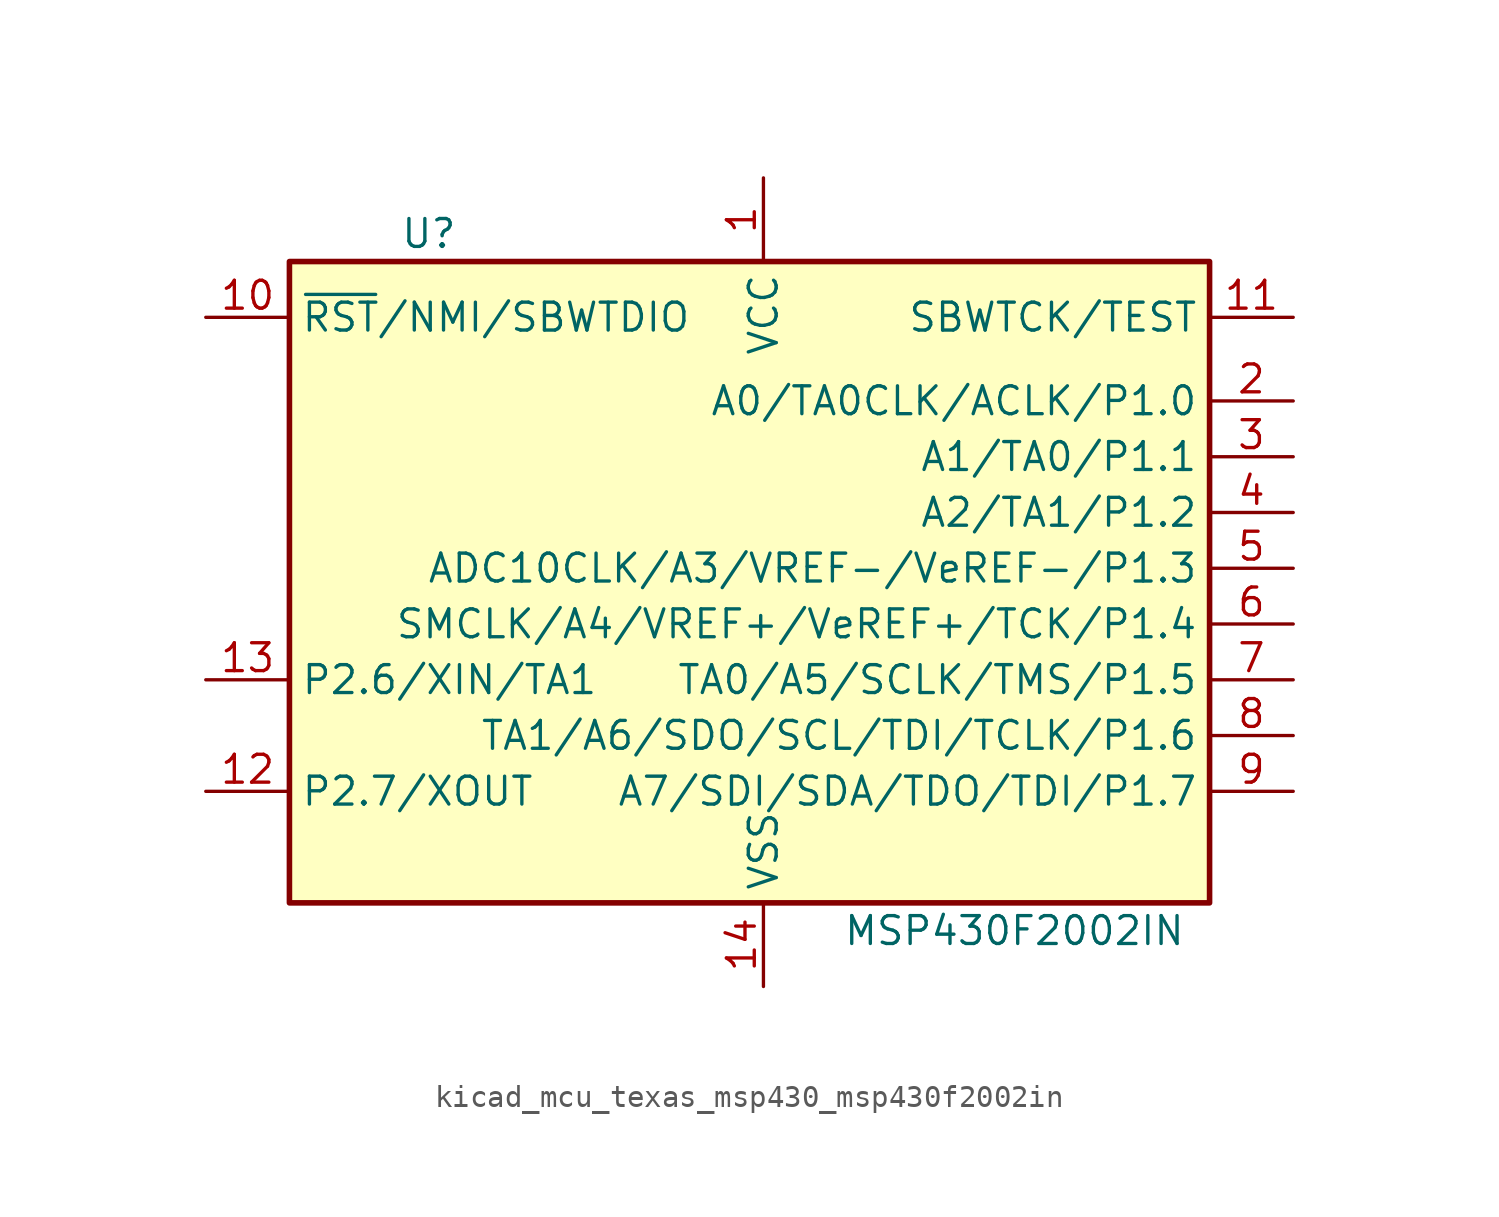
<source format=kicad_sym>
(kicad_symbol_lib
  (version 20220914)
  (generator kicad_symbol_editor)
  (symbol "kicad_mcu_texas_msp430_msp430f2002in"
    (property "Reference" "U"
      (at -15.24 15.24 0)
      (effects (font (size 1.27 1.27))))
    (property "Value" "MSP430F2002IN"
      (at 11.43 -16.51 0)
      (effects (font (size 1.27 1.27))))
    (symbol "kicad_mcu_texas_msp430_msp430f2002in_0_1"
      (rectangle (start -21.59 13.97) (end 20.32 -15.24) (stroke (width 0.254) (type default)) (fill (type background))))
    (symbol "kicad_mcu_texas_msp430_msp430f2002in_1_1"
      (pin power_in line (at 0 17.78 270) (length 3.81) (name "VCC" (effects (font (size 1.27 1.27)))) (number "1" (effects (font (size 1.27 1.27)))))
      (pin input line (at -25.4 11.43 0) (length 3.81) (name "~{RST}/NMI/SBWTDIO" (effects (font (size 1.27 1.27)))) (number "10" (effects (font (size 1.27 1.27)))))
      (pin input line (at 24.13 11.43 180) (length 3.81) (name "SBWTCK/TEST" (effects (font (size 1.27 1.27)))) (number "11" (effects (font (size 1.27 1.27)))))
      (pin bidirectional line (at -25.4 -10.16 0) (length 3.81) (name "P2.7/XOUT" (effects (font (size 1.27 1.27)))) (number "12" (effects (font (size 1.27 1.27)))))
      (pin bidirectional line (at -25.4 -5.08 0) (length 3.81) (name "P2.6/XIN/TA1" (effects (font (size 1.27 1.27)))) (number "13" (effects (font (size 1.27 1.27)))))
      (pin power_in line (at 0 -19.05 90) (length 3.81) (name "VSS" (effects (font (size 1.27 1.27)))) (number "14" (effects (font (size 1.27 1.27)))))
      (pin bidirectional line (at 24.13 7.62 180) (length 3.81) (name "A0/TA0CLK/ACLK/P1.0" (effects (font (size 1.27 1.27)))) (number "2" (effects (font (size 1.27 1.27)))))
      (pin bidirectional line (at 24.13 5.08 180) (length 3.81) (name "A1/TA0/P1.1" (effects (font (size 1.27 1.27)))) (number "3" (effects (font (size 1.27 1.27)))))
      (pin bidirectional line (at 24.13 2.54 180) (length 3.81) (name "A2/TA1/P1.2" (effects (font (size 1.27 1.27)))) (number "4" (effects (font (size 1.27 1.27)))))
      (pin bidirectional line (at 24.13 0 180) (length 3.81) (name "ADC10CLK/A3/VREF-/VeREF-/P1.3" (effects (font (size 1.27 1.27)))) (number "5" (effects (font (size 1.27 1.27)))))
      (pin bidirectional line (at 24.13 -2.54 180) (length 3.81) (name "SMCLK/A4/VREF+/VeREF+/TCK/P1.4" (effects (font (size 1.27 1.27)))) (number "6" (effects (font (size 1.27 1.27)))))
      (pin bidirectional line (at 24.13 -5.08 180) (length 3.81) (name "TA0/A5/SCLK/TMS/P1.5" (effects (font (size 1.27 1.27)))) (number "7" (effects (font (size 1.27 1.27)))))
      (pin bidirectional line (at 24.13 -7.62 180) (length 3.81) (name "TA1/A6/SDO/SCL/TDI/TCLK/P1.6" (effects (font (size 1.27 1.27)))) (number "8" (effects (font (size 1.27 1.27)))))
      (pin bidirectional line (at 24.13 -10.16 180) (length 3.81) (name "A7/SDI/SDA/TDO/TDI/P1.7" (effects (font (size 1.27 1.27)))) (number "9" (effects (font (size 1.27 1.27))))))))
</source>
